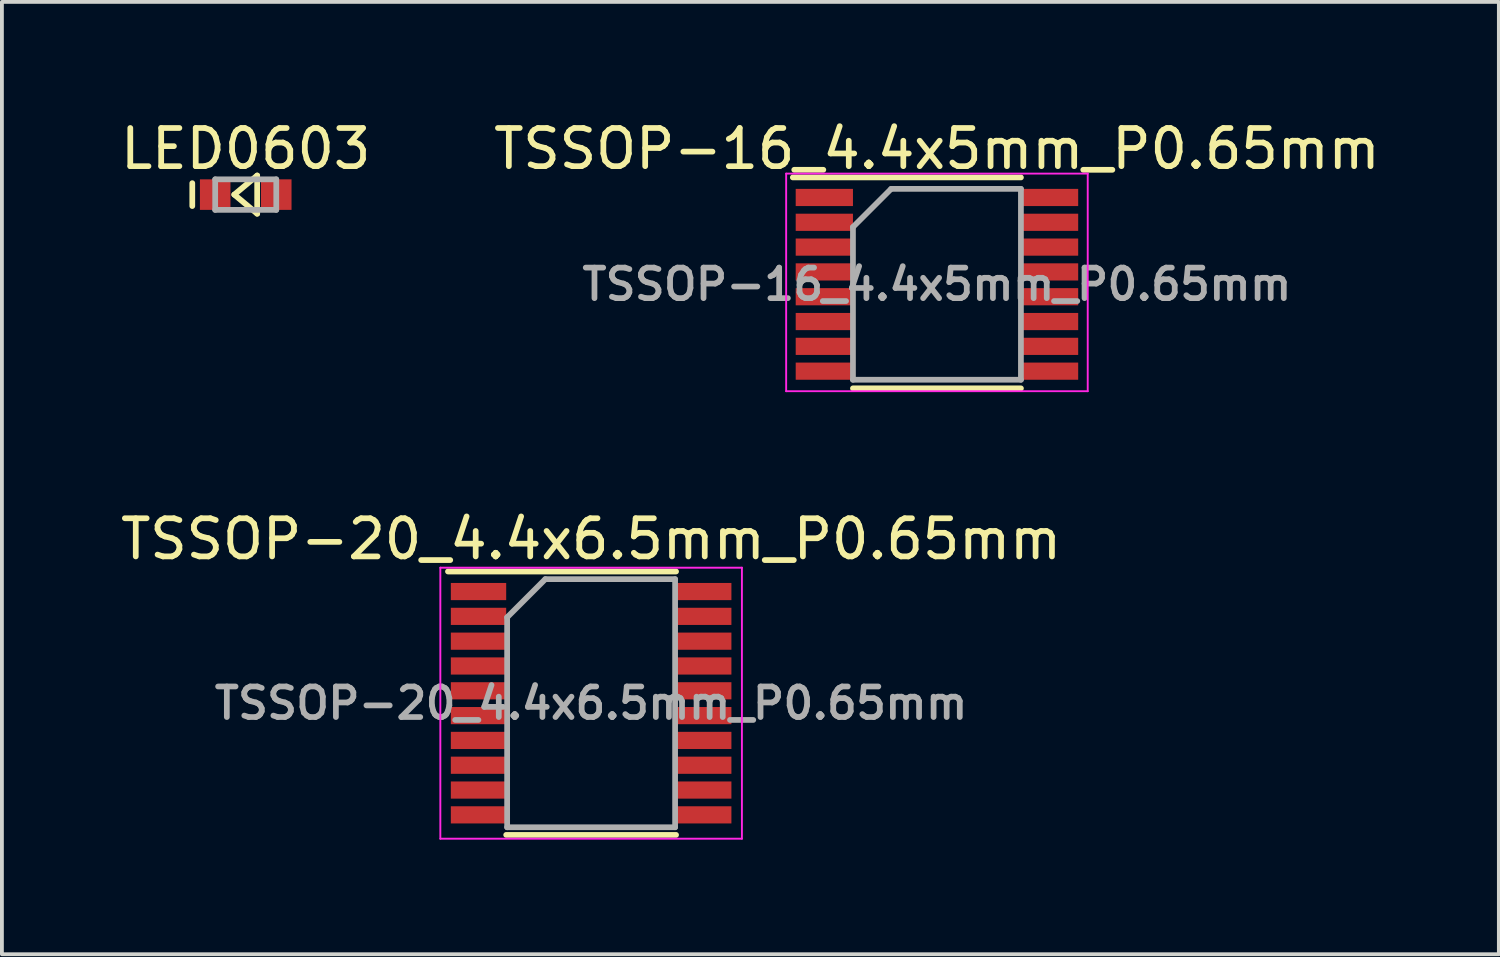
<source format=kicad_pcb>
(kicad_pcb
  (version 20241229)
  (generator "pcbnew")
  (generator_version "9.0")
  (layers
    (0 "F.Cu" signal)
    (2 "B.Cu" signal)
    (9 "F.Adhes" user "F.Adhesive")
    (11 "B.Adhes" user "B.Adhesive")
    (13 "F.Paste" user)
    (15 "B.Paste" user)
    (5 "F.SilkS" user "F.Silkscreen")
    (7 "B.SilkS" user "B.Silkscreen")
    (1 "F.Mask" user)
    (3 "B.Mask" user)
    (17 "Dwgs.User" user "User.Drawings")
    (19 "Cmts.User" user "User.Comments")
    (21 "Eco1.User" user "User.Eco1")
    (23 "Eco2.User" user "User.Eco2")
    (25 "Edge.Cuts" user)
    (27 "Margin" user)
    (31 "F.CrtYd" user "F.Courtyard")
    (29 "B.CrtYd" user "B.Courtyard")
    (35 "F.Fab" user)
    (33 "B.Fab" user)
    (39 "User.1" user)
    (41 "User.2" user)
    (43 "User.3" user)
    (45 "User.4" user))
  (footprint "TSSOP-16_4.4x5mm_P0.65mm"
    (layer "F.Cu")
    (at 21.494 4.398)
    (property "Reference" "TSSOP-16_4.4x5mm_P0.65mm" (at 0 -3.55 0) (layer "F.SilkS") (effects (font (size 1 1) (thickness 0.15))))
    (attr smd)
    (fp_line (start -3.775 -2.8) (end 2.2 -2.8) (stroke (width 0.15) (type solid)) (layer "F.SilkS"))
    (fp_line (start -2.2 2.725) (end 2.2 2.725) (stroke (width 0.15) (type solid)) (layer "F.SilkS"))
    (fp_line (start -3.95 -2.9) (end -3.95 2.8) (stroke (width 0.05) (type solid)) (layer "F.CrtYd"))
    (fp_line (start -3.95 -2.9) (end 3.95 -2.9) (stroke (width 0.05) (type solid)) (layer "F.CrtYd"))
    (fp_line (start -3.95 2.8) (end 3.95 2.8) (stroke (width 0.05) (type solid)) (layer "F.CrtYd"))
    (fp_line (start 3.95 -2.9) (end 3.95 2.8) (stroke (width 0.05) (type solid)) (layer "F.CrtYd"))
    (fp_line (start -2.2 -1.5) (end -1.2 -2.5) (stroke (width 0.15) (type solid)) (layer "F.Fab"))
    (fp_line (start -2.2 2.5) (end -2.2 -1.5) (stroke (width 0.15) (type solid)) (layer "F.Fab"))
    (fp_line (start -1.2 -2.5) (end 2.2 -2.5) (stroke (width 0.15) (type solid)) (layer "F.Fab"))
    (fp_line (start 2.2 -2.5) (end 2.2 2.5) (stroke (width 0.15) (type solid)) (layer "F.Fab"))
    (fp_line (start 2.2 2.5) (end -2.2 2.5) (stroke (width 0.15) (type solid)) (layer "F.Fab"))
    (fp_text user "${REFERENCE}" (at 0 0 0) (layer "F.Fab") (effects (font (size 0.8 0.8) (thickness 0.15))))
    (pad "1" smd rect (at -2.95 -2.275) (size 1.5 0.45) (layers "F.Cu" "F.Mask" "F.Paste"))
    (pad "2" smd rect (at -2.95 -1.625) (size 1.5 0.45) (layers "F.Cu" "F.Mask" "F.Paste"))
    (pad "3" smd rect (at -2.95 -0.975) (size 1.5 0.45) (layers "F.Cu" "F.Mask" "F.Paste"))
    (pad "4" smd rect (at -2.95 -0.325) (size 1.5 0.45) (layers "F.Cu" "F.Mask" "F.Paste"))
    (pad "5" smd rect (at -2.95 0.325) (size 1.5 0.45) (layers "F.Cu" "F.Mask" "F.Paste"))
    (pad "6" smd rect (at -2.95 0.975) (size 1.5 0.45) (layers "F.Cu" "F.Mask" "F.Paste"))
    (pad "7" smd rect (at -2.95 1.625) (size 1.5 0.45) (layers "F.Cu" "F.Mask" "F.Paste"))
    (pad "8" smd rect (at -2.95 2.275) (size 1.5 0.45) (layers "F.Cu" "F.Mask" "F.Paste"))
    (pad "9" smd rect (at 2.95 2.275) (size 1.5 0.45) (layers "F.Cu" "F.Mask" "F.Paste"))
    (pad "10" smd rect (at 2.95 1.625) (size 1.5 0.45) (layers "F.Cu" "F.Mask" "F.Paste"))
    (pad "11" smd rect (at 2.95 0.975) (size 1.5 0.45) (layers "F.Cu" "F.Mask" "F.Paste"))
    (pad "12" smd rect (at 2.95 0.325) (size 1.5 0.45) (layers "F.Cu" "F.Mask" "F.Paste"))
    (pad "13" smd rect (at 2.95 -0.325) (size 1.5 0.45) (layers "F.Cu" "F.Mask" "F.Paste"))
    (pad "14" smd rect (at 2.95 -0.975) (size 1.5 0.45) (layers "F.Cu" "F.Mask" "F.Paste"))
    (pad "15" smd rect (at 2.95 -1.625) (size 1.5 0.45) (layers "F.Cu" "F.Mask" "F.Paste"))
    (pad "16" smd rect (at 2.95 -2.275) (size 1.5 0.45) (layers "F.Cu" "F.Mask" "F.Paste")))
  (footprint "LED0603"
    (layer "F.Cu")
    (at 3.387 2.048)
    (property "Reference" "LED0603" (at 0 -1.2 0) (layer "F.SilkS") (effects (font (size 1 1) (thickness 0.15))))
    (attr through_hole)
    (fp_line (start -1.4 -0.3) (end -1.4 0.3) (stroke (width 0.15) (type solid)) (layer "F.SilkS"))
    (fp_line (start -0.3 0) (end 0.3 -0.5) (stroke (width 0.15) (type solid)) (layer "F.SilkS"))
    (fp_line (start 0.3 -0.5) (end 0.3 0.5) (stroke (width 0.15) (type solid)) (layer "F.SilkS"))
    (fp_line (start 0.3 0.5) (end -0.3 0) (stroke (width 0.15) (type solid)) (layer "F.SilkS"))
    (fp_line (start -0.8 -0.4) (end 0.8 -0.4) (stroke (width 0.15) (type solid)) (layer "F.Fab"))
    (fp_line (start -0.8 0.4) (end -0.8 -0.4) (stroke (width 0.15) (type solid)) (layer "F.Fab"))
    (fp_line (start 0.8 -0.4) (end 0.8 0.4) (stroke (width 0.15) (type solid)) (layer "F.Fab"))
    (fp_line (start 0.8 0.4) (end -0.8 0.4) (stroke (width 0.15) (type solid)) (layer "F.Fab"))
    (pad "1" smd rect (at -0.8 0) (size 0.8 0.8) (layers "F.Cu" "F.Mask" "F.Paste"))
    (pad "2" smd rect (at 0.8 0) (size 0.8 0.8) (layers "F.Cu" "F.Mask" "F.Paste")))
  (footprint "TSSOP-20_4.4x6.5mm_P0.65mm"
    (layer "F.Cu")
    (at 12.435 15.371)
    (property "Reference" "TSSOP-20_4.4x6.5mm_P0.65mm" (at 0 -4.3 0) (layer "F.SilkS") (effects (font (size 1 1) (thickness 0.15))))
    (attr smd)
    (fp_line (start -3.75 -3.45) (end 2.225 -3.45) (stroke (width 0.15) (type solid)) (layer "F.SilkS"))
    (fp_line (start -2.225 3.45) (end 2.225 3.45) (stroke (width 0.15) (type solid)) (layer "F.SilkS"))
    (fp_line (start -3.95 -3.55) (end -3.95 3.55) (stroke (width 0.05) (type solid)) (layer "F.CrtYd"))
    (fp_line (start -3.95 -3.55) (end 3.95 -3.55) (stroke (width 0.05) (type solid)) (layer "F.CrtYd"))
    (fp_line (start -3.95 3.55) (end 3.95 3.55) (stroke (width 0.05) (type solid)) (layer "F.CrtYd"))
    (fp_line (start 3.95 -3.55) (end 3.95 3.55) (stroke (width 0.05) (type solid)) (layer "F.CrtYd"))
    (fp_line (start -2.2 -2.25) (end -1.2 -3.25) (stroke (width 0.15) (type solid)) (layer "F.Fab"))
    (fp_line (start -2.2 3.25) (end -2.2 -2.25) (stroke (width 0.15) (type solid)) (layer "F.Fab"))
    (fp_line (start -1.2 -3.25) (end 2.2 -3.25) (stroke (width 0.15) (type solid)) (layer "F.Fab"))
    (fp_line (start 2.2 -3.25) (end 2.2 3.25) (stroke (width 0.15) (type solid)) (layer "F.Fab"))
    (fp_line (start 2.2 3.25) (end -2.2 3.25) (stroke (width 0.15) (type solid)) (layer "F.Fab"))
    (fp_text user "${REFERENCE}" (at 0 0 0) (layer "F.Fab") (effects (font (size 0.8 0.8) (thickness 0.15))))
    (pad "1" smd rect (at -2.95 -2.925) (size 1.45 0.45) (layers "F.Cu" "F.Mask" "F.Paste"))
    (pad "2" smd rect (at -2.95 -2.275) (size 1.45 0.45) (layers "F.Cu" "F.Mask" "F.Paste"))
    (pad "3" smd rect (at -2.95 -1.625) (size 1.45 0.45) (layers "F.Cu" "F.Mask" "F.Paste"))
    (pad "4" smd rect (at -2.95 -0.975) (size 1.45 0.45) (layers "F.Cu" "F.Mask" "F.Paste"))
    (pad "5" smd rect (at -2.95 -0.325) (size 1.45 0.45) (layers "F.Cu" "F.Mask" "F.Paste"))
    (pad "6" smd rect (at -2.95 0.325) (size 1.45 0.45) (layers "F.Cu" "F.Mask" "F.Paste"))
    (pad "7" smd rect (at -2.95 0.975) (size 1.45 0.45) (layers "F.Cu" "F.Mask" "F.Paste"))
    (pad "8" smd rect (at -2.95 1.625) (size 1.45 0.45) (layers "F.Cu" "F.Mask" "F.Paste"))
    (pad "9" smd rect (at -2.95 2.275) (size 1.45 0.45) (layers "F.Cu" "F.Mask" "F.Paste"))
    (pad "10" smd rect (at -2.95 2.925) (size 1.45 0.45) (layers "F.Cu" "F.Mask" "F.Paste"))
    (pad "11" smd rect (at 2.95 2.925) (size 1.45 0.45) (layers "F.Cu" "F.Mask" "F.Paste"))
    (pad "12" smd rect (at 2.95 2.275) (size 1.45 0.45) (layers "F.Cu" "F.Mask" "F.Paste"))
    (pad "13" smd rect (at 2.95 1.625) (size 1.45 0.45) (layers "F.Cu" "F.Mask" "F.Paste"))
    (pad "14" smd rect (at 2.95 0.975) (size 1.45 0.45) (layers "F.Cu" "F.Mask" "F.Paste"))
    (pad "15" smd rect (at 2.95 0.325) (size 1.45 0.45) (layers "F.Cu" "F.Mask" "F.Paste"))
    (pad "16" smd rect (at 2.95 -0.325) (size 1.45 0.45) (layers "F.Cu" "F.Mask" "F.Paste"))
    (pad "17" smd rect (at 2.95 -0.975) (size 1.45 0.45) (layers "F.Cu" "F.Mask" "F.Paste"))
    (pad "18" smd rect (at 2.95 -1.625) (size 1.45 0.45) (layers "F.Cu" "F.Mask" "F.Paste"))
    (pad "19" smd rect (at 2.95 -2.275) (size 1.45 0.45) (layers "F.Cu" "F.Mask" "F.Paste"))
    (pad "20" smd rect (at 2.95 -2.925) (size 1.45 0.45) (layers "F.Cu" "F.Mask" "F.Paste")))
  (gr_rect
    (start -3 -3)
    (end 36.214 21.947)
    (stroke (width 0.1) (type default))
    (fill no)
    (layer "Edge.Cuts")))
</source>
